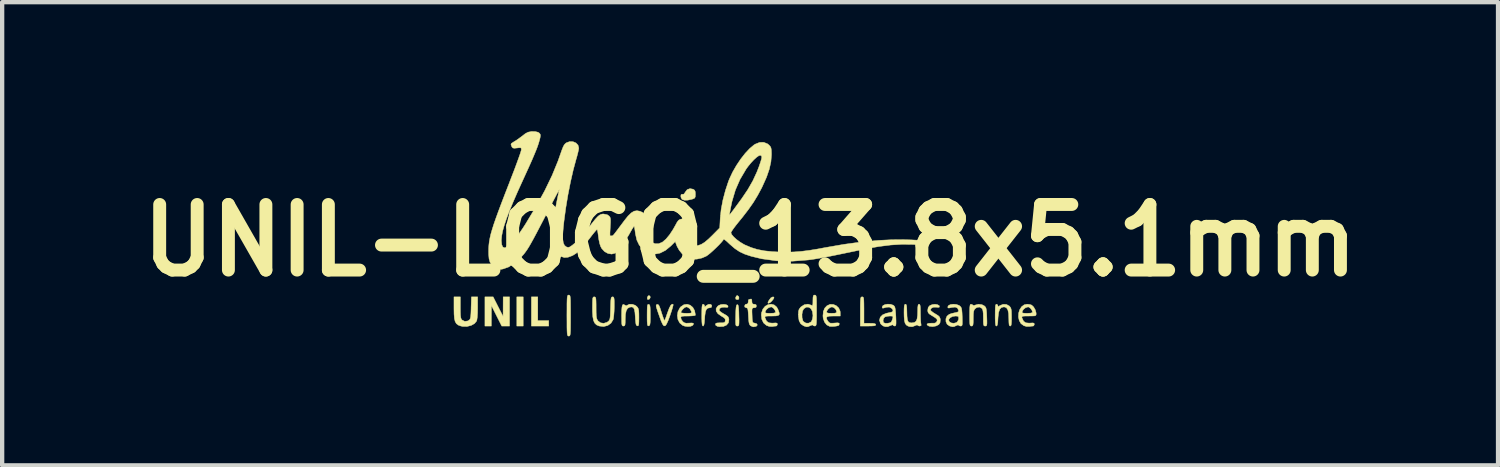
<source format=kicad_pcb>
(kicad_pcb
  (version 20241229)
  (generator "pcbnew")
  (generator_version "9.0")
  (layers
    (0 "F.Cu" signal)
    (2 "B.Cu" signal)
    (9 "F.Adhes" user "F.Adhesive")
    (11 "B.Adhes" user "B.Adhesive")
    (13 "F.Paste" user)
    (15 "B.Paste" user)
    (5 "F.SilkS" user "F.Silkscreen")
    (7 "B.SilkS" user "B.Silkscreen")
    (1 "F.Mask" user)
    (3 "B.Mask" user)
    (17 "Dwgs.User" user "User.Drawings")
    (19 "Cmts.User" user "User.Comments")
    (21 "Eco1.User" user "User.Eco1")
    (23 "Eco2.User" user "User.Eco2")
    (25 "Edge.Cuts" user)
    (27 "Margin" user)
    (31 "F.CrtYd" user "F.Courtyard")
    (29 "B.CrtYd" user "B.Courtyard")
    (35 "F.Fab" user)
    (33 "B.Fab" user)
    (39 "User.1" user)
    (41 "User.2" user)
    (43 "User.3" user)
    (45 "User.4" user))
  (footprint "UNIL-LOGO_13.8x5.1mm"
    (layer "F.Cu")
    (at 14.376 2.535)
    (property "Reference" "UNIL-LOGO_13.8x5.1mm" (at 0 0 0) (layer "F.SilkS") (effects (font (size 1.524 1.524) (thickness 0.3))))
    (attr through_hole)
    (fp_poly (pts (xy -5.271 1.99) (xy -5.419 1.99) (xy -5.419 1.312) (xy -5.271 1.312) (xy -5.271 1.99)) (stroke (width 0.01) (type solid)) (fill yes) (layer "F.SilkS"))
    (fp_poly (pts (xy -4.932 1.863) (xy -4.678 1.863) (xy -4.678 1.99) (xy -5.08 1.99) (xy -5.08 1.312) (xy -4.932 1.312) (xy -4.932 1.863)) (stroke (width 0.01) (type solid)) (fill yes) (layer "F.SilkS"))
    (fp_poly (pts (xy -2.324 1.295) (xy -2.319 1.328) (xy -2.334 1.36) (xy -2.357 1.372) (xy -2.385 1.369) (xy -2.389 1.336) (xy -2.388 1.33) (xy -2.371 1.292) (xy -2.349 1.281) (xy -2.324 1.295)) (stroke (width 0.01) (type solid)) (fill yes) (layer "F.SilkS"))
    (fp_poly (pts (xy -0.269 1.299) (xy -0.258 1.328) (xy -0.262 1.365) (xy -0.294 1.376) (xy -0.296 1.376) (xy -0.33 1.366) (xy -0.335 1.33) (xy -0.335 1.328) (xy -0.318 1.291) (xy -0.296 1.281) (xy -0.269 1.299)) (stroke (width 0.01) (type solid)) (fill yes) (layer "F.SilkS"))
    (fp_poly (pts (xy 0.552 1.316) (xy 0.556 1.335) (xy 0.537 1.369) (xy 0.505 1.409) (xy 0.468 1.443) (xy 0.435 1.46) (xy 0.431 1.46) (xy 0.414 1.454) (xy 0.419 1.43) (xy 0.438 1.395) (xy 0.482 1.335) (xy 0.526 1.313) (xy 0.552 1.316)) (stroke (width 0.01) (type solid)) (fill yes) (layer "F.SilkS"))
    (fp_poly (pts (xy -5.854 1.54) (xy -5.738 1.767) (xy -5.737 1.54) (xy -5.736 1.312) (xy -5.588 1.312) (xy -5.588 1.99) (xy -5.769 1.99) (xy -5.889 1.752) (xy -6.009 1.513) (xy -6.01 1.752) (xy -6.011 1.99) (xy -6.16 1.99) (xy -6.16 1.312) (xy -5.969 1.312) (xy -5.854 1.54)) (stroke (width 0.01) (type solid)) (fill yes) (layer "F.SilkS"))
    (fp_poly (pts (xy -0.282 1.499) (xy -0.272 1.524) (xy -0.266 1.574) (xy -0.261 1.655) (xy -0.259 1.741) (xy -0.256 1.847) (xy -0.257 1.917) (xy -0.26 1.96) (xy -0.269 1.981) (xy -0.283 1.989) (xy -0.296 1.99) (xy -0.315 1.988) (xy -0.327 1.977) (xy -0.334 1.95) (xy -0.336 1.9) (xy -0.336 1.819) (xy -0.334 1.741) (xy -0.331 1.632) (xy -0.326 1.56) (xy -0.318 1.516) (xy -0.307 1.496) (xy -0.296 1.492) (xy -0.282 1.499)) (stroke (width 0.01) (type solid)) (fill yes) (layer "F.SilkS"))
    (fp_poly (pts (xy -1.322 -1.189) (xy -1.321 -1.188) (xy -1.288 -1.166) (xy -1.273 -1.129) (xy -1.27 -1.073) (xy -1.273 -1.014) (xy -1.287 -0.983) (xy -1.324 -0.965) (xy -1.352 -0.956) (xy -1.448 -0.935) (xy -1.526 -0.934) (xy -1.579 -0.953) (xy -1.583 -0.957) (xy -1.604 -0.997) (xy -1.609 -1.032) (xy -1.601 -1.068) (xy -1.574 -1.071) (xy -1.571 -1.071) (xy -1.538 -1.075) (xy -1.509 -1.115) (xy -1.506 -1.122) (xy -1.461 -1.179) (xy -1.396 -1.203) (xy -1.322 -1.189)) (stroke (width 0.01) (type solid)) (fill yes) (layer "F.SilkS"))
    (fp_poly (pts (xy -2.355 1.486) (xy -2.339 1.493) (xy -2.328 1.513) (xy -2.322 1.553) (xy -2.319 1.62) (xy -2.318 1.72) (xy -2.318 1.736) (xy -2.318 1.841) (xy -2.321 1.912) (xy -2.327 1.954) (xy -2.337 1.976) (xy -2.352 1.985) (xy -2.355 1.986) (xy -2.37 1.985) (xy -2.381 1.972) (xy -2.387 1.94) (xy -2.391 1.881) (xy -2.392 1.791) (xy -2.392 1.736) (xy -2.391 1.627) (xy -2.389 1.555) (xy -2.384 1.511) (xy -2.376 1.49) (xy -2.363 1.485) (xy -2.355 1.486)) (stroke (width 0.01) (type solid)) (fill yes) (layer "F.SilkS"))
    (fp_poly (pts (xy 2.62 1.314) (xy 2.632 1.325) (xy 2.639 1.351) (xy 2.643 1.398) (xy 2.645 1.472) (xy 2.646 1.581) (xy 2.646 1.619) (xy 2.646 1.926) (xy 2.783 1.926) (xy 2.861 1.928) (xy 2.903 1.936) (xy 2.92 1.951) (xy 2.921 1.958) (xy 2.913 1.974) (xy 2.885 1.984) (xy 2.83 1.988) (xy 2.741 1.99) (xy 2.561 1.99) (xy 2.561 1.651) (xy 2.561 1.524) (xy 2.563 1.434) (xy 2.566 1.374) (xy 2.571 1.338) (xy 2.58 1.319) (xy 2.593 1.313) (xy 2.603 1.312) (xy 2.62 1.314)) (stroke (width 0.01) (type solid)) (fill yes) (layer "F.SilkS"))
    (fp_poly (pts (xy -1.063 1.499) (xy -1.058 1.517) (xy -1.055 1.54) (xy -1.039 1.534) (xy -1.02 1.517) (xy -0.971 1.487) (xy -0.925 1.483) (xy -0.894 1.502) (xy -0.889 1.524) (xy -0.902 1.558) (xy -0.939 1.566) (xy -0.985 1.575) (xy -1.017 1.606) (xy -1.038 1.664) (xy -1.051 1.756) (xy -1.054 1.811) (xy -1.061 1.904) (xy -1.071 1.961) (xy -1.084 1.987) (xy -1.093 1.99) (xy -1.105 1.981) (xy -1.114 1.952) (xy -1.119 1.896) (xy -1.122 1.806) (xy -1.122 1.736) (xy -1.121 1.626) (xy -1.118 1.552) (xy -1.112 1.508) (xy -1.103 1.487) (xy -1.09 1.482) (xy -1.063 1.499)) (stroke (width 0.01) (type solid)) (fill yes) (layer "F.SilkS"))
    (fp_poly (pts (xy -4.199 1.272) (xy -4.188 1.28) (xy -4.181 1.299) (xy -4.176 1.336) (xy -4.172 1.394) (xy -4.171 1.479) (xy -4.17 1.597) (xy -4.17 1.746) (xy -4.17 1.9) (xy -4.171 2.016) (xy -4.172 2.101) (xy -4.176 2.158) (xy -4.181 2.194) (xy -4.188 2.213) (xy -4.199 2.221) (xy -4.212 2.223) (xy -4.226 2.221) (xy -4.236 2.213) (xy -4.244 2.193) (xy -4.249 2.157) (xy -4.252 2.099) (xy -4.254 2.013) (xy -4.254 1.896) (xy -4.255 1.746) (xy -4.254 1.593) (xy -4.254 1.476) (xy -4.252 1.392) (xy -4.249 1.334) (xy -4.243 1.298) (xy -4.236 1.279) (xy -4.225 1.271) (xy -4.212 1.27) (xy -4.199 1.272)) (stroke (width 0.01) (type solid)) (fill yes) (layer "F.SilkS"))
    (fp_poly (pts (xy -6.731 1.563) (xy -6.73 1.673) (xy -6.727 1.748) (xy -6.72 1.797) (xy -6.709 1.828) (xy -6.692 1.849) (xy -6.692 1.849) (xy -6.629 1.881) (xy -6.561 1.872) (xy -6.529 1.854) (xy -6.511 1.836) (xy -6.499 1.809) (xy -6.49 1.764) (xy -6.485 1.693) (xy -6.481 1.589) (xy -6.481 1.568) (xy -6.473 1.312) (xy -6.329 1.312) (xy -6.329 1.565) (xy -6.331 1.684) (xy -6.337 1.781) (xy -6.347 1.85) (xy -6.354 1.874) (xy -6.402 1.932) (xy -6.479 1.975) (xy -6.573 1.999) (xy -6.671 2) (xy -6.724 1.988) (xy -6.782 1.966) (xy -6.824 1.933) (xy -6.852 1.884) (xy -6.869 1.813) (xy -6.877 1.712) (xy -6.879 1.585) (xy -6.879 1.312) (xy -6.731 1.312) (xy -6.731 1.563)) (stroke (width 0.01) (type solid)) (fill yes) (layer "F.SilkS"))
    (fp_poly (pts (xy -1.786 1.488) (xy -1.788 1.511) (xy -1.802 1.566) (xy -1.826 1.644) (xy -1.858 1.738) (xy -1.858 1.739) (xy -1.903 1.861) (xy -1.94 1.943) (xy -1.971 1.984) (xy -2.001 1.986) (xy -2.031 1.949) (xy -2.066 1.873) (xy -2.102 1.774) (xy -2.141 1.664) (xy -2.166 1.587) (xy -2.18 1.538) (xy -2.182 1.509) (xy -2.176 1.495) (xy -2.161 1.488) (xy -2.154 1.487) (xy -2.135 1.491) (xy -2.115 1.515) (xy -2.093 1.568) (xy -2.065 1.654) (xy -2.06 1.671) (xy -2.033 1.753) (xy -2.01 1.818) (xy -1.994 1.856) (xy -1.989 1.863) (xy -1.978 1.844) (xy -1.957 1.794) (xy -1.932 1.721) (xy -1.918 1.681) (xy -1.878 1.574) (xy -1.842 1.506) (xy -1.809 1.48) (xy -1.786 1.488)) (stroke (width 0.01) (type solid)) (fill yes) (layer "F.SilkS"))
    (fp_poly (pts (xy -0.556 1.493) (xy -0.518 1.515) (xy -0.512 1.528) (xy -0.514 1.551) (xy -0.54 1.557) (xy -0.581 1.552) (xy -0.651 1.553) (xy -0.7 1.577) (xy -0.72 1.619) (xy -0.72 1.62) (xy -0.702 1.645) (xy -0.657 1.679) (xy -0.609 1.708) (xy -0.545 1.745) (xy -0.51 1.776) (xy -0.495 1.812) (xy -0.491 1.843) (xy -0.503 1.915) (xy -0.548 1.968) (xy -0.62 1.999) (xy -0.713 2.004) (xy -0.757 1.997) (xy -0.795 1.975) (xy -0.804 1.95) (xy -0.797 1.929) (xy -0.768 1.918) (xy -0.709 1.915) (xy -0.693 1.915) (xy -0.628 1.914) (xy -0.594 1.905) (xy -0.58 1.885) (xy -0.576 1.863) (xy -0.579 1.827) (xy -0.603 1.798) (xy -0.657 1.764) (xy -0.668 1.758) (xy -0.746 1.703) (xy -0.787 1.644) (xy -0.79 1.585) (xy -0.754 1.53) (xy -0.729 1.511) (xy -0.676 1.49) (xy -0.613 1.485) (xy -0.556 1.493)) (stroke (width 0.01) (type solid)) (fill yes) (layer "F.SilkS"))
    (fp_poly (pts (xy 4.354 1.493) (xy 4.392 1.515) (xy 4.399 1.528) (xy 4.396 1.551) (xy 4.371 1.557) (xy 4.33 1.552) (xy 4.261 1.552) (xy 4.211 1.575) (xy 4.191 1.615) (xy 4.191 1.618) (xy 4.208 1.64) (xy 4.252 1.675) (xy 4.302 1.706) (xy 4.366 1.745) (xy 4.4 1.777) (xy 4.416 1.815) (xy 4.42 1.843) (xy 4.413 1.913) (xy 4.385 1.955) (xy 4.322 1.988) (xy 4.242 2.003) (xy 4.165 1.994) (xy 4.152 1.989) (xy 4.113 1.964) (xy 4.112 1.942) (xy 4.145 1.927) (xy 4.208 1.923) (xy 4.217 1.923) (xy 4.283 1.923) (xy 4.319 1.91) (xy 4.336 1.889) (xy 4.348 1.857) (xy 4.339 1.828) (xy 4.304 1.797) (xy 4.238 1.755) (xy 4.228 1.75) (xy 4.169 1.712) (xy 4.139 1.681) (xy 4.128 1.643) (xy 4.128 1.619) (xy 4.139 1.556) (xy 4.177 1.513) (xy 4.179 1.513) (xy 4.234 1.491) (xy 4.297 1.484) (xy 4.354 1.493)) (stroke (width 0.01) (type solid)) (fill yes) (layer "F.SilkS"))
    (fp_poly (pts (xy 0.033 1.363) (xy 0.042 1.394) (xy 0.042 1.416) (xy 0.048 1.462) (xy 0.07 1.48) (xy 0.095 1.482) (xy 0.137 1.492) (xy 0.148 1.524) (xy 0.136 1.557) (xy 0.094 1.566) (xy 0.068 1.568) (xy 0.053 1.578) (xy 0.045 1.605) (xy 0.044 1.657) (xy 0.047 1.741) (xy 0.05 1.827) (xy 0.056 1.879) (xy 0.066 1.906) (xy 0.084 1.918) (xy 0.111 1.922) (xy 0.155 1.938) (xy 0.169 1.966) (xy 0.147 1.993) (xy 0.136 1.998) (xy 0.073 2.009) (xy 0.017 1.986) (xy 0.011 1.982) (xy -0.009 1.96) (xy -0.023 1.923) (xy -0.032 1.862) (xy -0.038 1.768) (xy -0.038 1.76) (xy -0.044 1.668) (xy -0.05 1.61) (xy -0.06 1.58) (xy -0.075 1.568) (xy -0.087 1.566) (xy -0.121 1.55) (xy -0.127 1.524) (xy -0.112 1.489) (xy -0.085 1.482) (xy -0.051 1.469) (xy -0.042 1.429) (xy -0.039 1.389) (xy -0.033 1.376) (xy -0.009 1.369) (xy 0.009 1.363) (xy 0.033 1.363)) (stroke (width 0.01) (type solid)) (fill yes) (layer "F.SilkS"))
    (fp_poly (pts (xy 5.753 1.499) (xy 5.757 1.515) (xy 5.761 1.536) (xy 5.78 1.531) (xy 5.804 1.515) (xy 5.878 1.485) (xy 5.956 1.488) (xy 6.022 1.524) (xy 6.029 1.531) (xy 6.05 1.558) (xy 6.064 1.592) (xy 6.072 1.642) (xy 6.074 1.718) (xy 6.075 1.785) (xy 6.074 1.882) (xy 6.07 1.943) (xy 6.062 1.977) (xy 6.048 1.989) (xy 6.043 1.99) (xy 6.027 1.982) (xy 6.017 1.953) (xy 6.013 1.897) (xy 6.011 1.814) (xy 6.006 1.695) (xy 5.988 1.613) (xy 5.956 1.564) (xy 5.908 1.546) (xy 5.897 1.545) (xy 5.841 1.558) (xy 5.801 1.599) (xy 5.775 1.672) (xy 5.762 1.781) (xy 5.76 1.812) (xy 5.755 1.904) (xy 5.746 1.96) (xy 5.734 1.986) (xy 5.723 1.99) (xy 5.71 1.982) (xy 5.702 1.954) (xy 5.697 1.899) (xy 5.694 1.813) (xy 5.694 1.736) (xy 5.695 1.626) (xy 5.698 1.552) (xy 5.703 1.508) (xy 5.713 1.487) (xy 5.726 1.482) (xy 5.753 1.499)) (stroke (width 0.01) (type solid)) (fill yes) (layer "F.SilkS"))
    (fp_poly (pts (xy -2.736 1.484) (xy -2.67 1.507) (xy -2.634 1.534) (xy -2.61 1.561) (xy -2.595 1.592) (xy -2.586 1.635) (xy -2.583 1.702) (xy -2.582 1.789) (xy -2.583 1.883) (xy -2.586 1.943) (xy -2.593 1.974) (xy -2.605 1.986) (xy -2.619 1.986) (xy -2.637 1.976) (xy -2.65 1.951) (xy -2.658 1.901) (xy -2.665 1.82) (xy -2.667 1.78) (xy -2.675 1.672) (xy -2.689 1.6) (xy -2.712 1.56) (xy -2.746 1.546) (xy -2.795 1.551) (xy -2.798 1.552) (xy -2.845 1.579) (xy -2.877 1.633) (xy -2.895 1.719) (xy -2.9 1.832) (xy -2.901 1.913) (xy -2.905 1.96) (xy -2.916 1.983) (xy -2.935 1.989) (xy -2.942 1.99) (xy -2.96 1.987) (xy -2.972 1.975) (xy -2.98 1.945) (xy -2.983 1.891) (xy -2.984 1.805) (xy -2.985 1.747) (xy -2.983 1.629) (xy -2.976 1.549) (xy -2.965 1.502) (xy -2.946 1.486) (xy -2.919 1.497) (xy -2.909 1.504) (xy -2.875 1.52) (xy -2.852 1.506) (xy -2.803 1.483) (xy -2.736 1.484)) (stroke (width 0.01) (type solid)) (fill yes) (layer "F.SilkS"))
    (fp_poly (pts (xy 3.941 1.489) (xy 3.951 1.515) (xy 3.956 1.567) (xy 3.958 1.652) (xy 3.958 1.688) (xy 3.96 1.783) (xy 3.963 1.865) (xy 3.968 1.924) (xy 3.972 1.942) (xy 3.974 1.978) (xy 3.948 1.989) (xy 3.939 1.99) (xy 3.904 1.982) (xy 3.895 1.97) (xy 3.879 1.964) (xy 3.84 1.978) (xy 3.836 1.98) (xy 3.768 2.006) (xy 3.705 2.002) (xy 3.669 1.99) (xy 3.629 1.965) (xy 3.602 1.926) (xy 3.586 1.864) (xy 3.579 1.773) (xy 3.577 1.684) (xy 3.578 1.588) (xy 3.582 1.527) (xy 3.591 1.494) (xy 3.604 1.482) (xy 3.609 1.482) (xy 3.626 1.49) (xy 3.636 1.521) (xy 3.641 1.58) (xy 3.643 1.646) (xy 3.646 1.757) (xy 3.653 1.833) (xy 3.668 1.88) (xy 3.692 1.905) (xy 3.73 1.915) (xy 3.757 1.916) (xy 3.815 1.908) (xy 3.855 1.88) (xy 3.879 1.827) (xy 3.891 1.743) (xy 3.894 1.646) (xy 3.896 1.56) (xy 3.902 1.51) (xy 3.913 1.486) (xy 3.926 1.482) (xy 3.941 1.489)) (stroke (width 0.01) (type solid)) (fill yes) (layer "F.SilkS"))
    (fp_poly (pts (xy 1.932 1.487) (xy 2.003 1.517) (xy 2.06 1.571) (xy 2.092 1.644) (xy 2.095 1.681) (xy 2.095 1.757) (xy 1.937 1.757) (xy 1.845 1.76) (xy 1.792 1.773) (xy 1.774 1.799) (xy 1.787 1.842) (xy 1.813 1.882) (xy 1.838 1.91) (xy 1.869 1.923) (xy 1.921 1.923) (xy 1.961 1.92) (xy 2.029 1.915) (xy 2.065 1.921) (xy 2.074 1.937) (xy 2.064 1.97) (xy 2.058 1.976) (xy 2.018 1.988) (xy 1.956 1.997) (xy 1.891 2) (xy 1.848 1.997) (xy 1.781 1.963) (xy 1.729 1.897) (xy 1.699 1.811) (xy 1.693 1.754) (xy 1.702 1.662) (xy 1.778 1.662) (xy 1.788 1.681) (xy 1.825 1.691) (xy 1.894 1.693) (xy 1.963 1.691) (xy 1.999 1.682) (xy 2.011 1.664) (xy 2.011 1.658) (xy 1.994 1.608) (xy 1.953 1.565) (xy 1.904 1.545) (xy 1.902 1.545) (xy 1.855 1.561) (xy 1.81 1.6) (xy 1.781 1.645) (xy 1.778 1.662) (xy 1.702 1.662) (xy 1.703 1.65) (xy 1.734 1.574) (xy 1.786 1.519) (xy 1.856 1.486) (xy 1.932 1.487)) (stroke (width 0.01) (type solid)) (fill yes) (layer "F.SilkS"))
    (fp_poly (pts (xy 5.168 1.495) (xy 5.175 1.503) (xy 5.203 1.513) (xy 5.228 1.503) (xy 5.305 1.483) (xy 5.387 1.493) (xy 5.443 1.522) (xy 5.466 1.544) (xy 5.481 1.572) (xy 5.49 1.616) (xy 5.496 1.683) (xy 5.5 1.776) (xy 5.503 1.873) (xy 5.503 1.935) (xy 5.498 1.97) (xy 5.487 1.985) (xy 5.469 1.99) (xy 5.463 1.99) (xy 5.442 1.987) (xy 5.429 1.973) (xy 5.422 1.94) (xy 5.419 1.88) (xy 5.419 1.801) (xy 5.417 1.7) (xy 5.41 1.634) (xy 5.396 1.593) (xy 5.385 1.578) (xy 5.33 1.548) (xy 5.269 1.558) (xy 5.228 1.587) (xy 5.207 1.615) (xy 5.194 1.653) (xy 5.188 1.712) (xy 5.186 1.802) (xy 5.186 1.81) (xy 5.185 1.897) (xy 5.181 1.951) (xy 5.173 1.978) (xy 5.158 1.989) (xy 5.144 1.99) (xy 5.126 1.987) (xy 5.114 1.975) (xy 5.106 1.946) (xy 5.103 1.894) (xy 5.101 1.81) (xy 5.101 1.736) (xy 5.102 1.625) (xy 5.105 1.551) (xy 5.111 1.507) (xy 5.121 1.486) (xy 5.132 1.482) (xy 5.168 1.495)) (stroke (width 0.01) (type solid)) (fill yes) (layer "F.SilkS"))
    (fp_poly (pts (xy -1.391 1.505) (xy -1.33 1.556) (xy -1.288 1.632) (xy -1.27 1.728) (xy -1.27 1.738) (xy -1.289 1.747) (xy -1.341 1.753) (xy -1.415 1.757) (xy -1.439 1.757) (xy -1.524 1.758) (xy -1.574 1.762) (xy -1.6 1.771) (xy -1.608 1.788) (xy -1.609 1.799) (xy -1.594 1.845) (xy -1.564 1.886) (xy -1.527 1.914) (xy -1.482 1.924) (xy -1.416 1.921) (xy -1.349 1.918) (xy -1.318 1.927) (xy -1.312 1.939) (xy -1.331 1.973) (xy -1.378 1.995) (xy -1.444 2.002) (xy -1.515 1.993) (xy -1.566 1.975) (xy -1.634 1.918) (xy -1.676 1.839) (xy -1.69 1.747) (xy -1.679 1.675) (xy -1.609 1.675) (xy -1.589 1.685) (xy -1.539 1.691) (xy -1.48 1.693) (xy -1.41 1.692) (xy -1.373 1.687) (xy -1.361 1.674) (xy -1.365 1.649) (xy -1.366 1.646) (xy -1.401 1.585) (xy -1.455 1.55) (xy -1.484 1.545) (xy -1.52 1.561) (xy -1.562 1.598) (xy -1.596 1.642) (xy -1.609 1.675) (xy -1.679 1.675) (xy -1.675 1.653) (xy -1.631 1.568) (xy -1.609 1.542) (xy -1.537 1.494) (xy -1.462 1.483) (xy -1.391 1.505)) (stroke (width 0.01) (type solid)) (fill yes) (layer "F.SilkS"))
    (fp_poly (pts (xy 0.56 1.499) (xy 0.619 1.549) (xy 0.647 1.599) (xy 0.674 1.671) (xy 0.68 1.717) (xy 0.658 1.743) (xy 0.605 1.754) (xy 0.515 1.757) (xy 0.507 1.757) (xy 0.422 1.757) (xy 0.373 1.761) (xy 0.35 1.769) (xy 0.345 1.784) (xy 0.35 1.804) (xy 0.384 1.876) (xy 0.435 1.914) (xy 0.512 1.922) (xy 0.534 1.921) (xy 0.596 1.917) (xy 0.626 1.923) (xy 0.635 1.943) (xy 0.635 1.95) (xy 0.622 1.983) (xy 0.606 1.99) (xy 0.564 1.993) (xy 0.516 2.001) (xy 0.444 1.998) (xy 0.381 1.975) (xy 0.314 1.918) (xy 0.273 1.834) (xy 0.261 1.732) (xy 0.266 1.684) (xy 0.27 1.674) (xy 0.351 1.674) (xy 0.365 1.687) (xy 0.405 1.692) (xy 0.468 1.693) (xy 0.545 1.69) (xy 0.585 1.679) (xy 0.593 1.666) (xy 0.578 1.62) (xy 0.544 1.575) (xy 0.503 1.548) (xy 0.49 1.545) (xy 0.432 1.563) (xy 0.38 1.605) (xy 0.354 1.65) (xy 0.351 1.674) (xy 0.27 1.674) (xy 0.297 1.596) (xy 0.35 1.531) (xy 0.417 1.492) (xy 0.49 1.481) (xy 0.56 1.499)) (stroke (width 0.01) (type solid)) (fill yes) (layer "F.SilkS"))
    (fp_poly (pts (xy -3.176 1.315) (xy -3.165 1.33) (xy -3.158 1.362) (xy -3.155 1.421) (xy -3.155 1.512) (xy -3.155 1.54) (xy -3.158 1.642) (xy -3.165 1.736) (xy -3.174 1.809) (xy -3.181 1.84) (xy -3.231 1.922) (xy -3.307 1.977) (xy -3.401 2.001) (xy -3.506 1.989) (xy -3.509 1.988) (xy -3.567 1.963) (xy -3.608 1.923) (xy -3.636 1.864) (xy -3.653 1.778) (xy -3.661 1.659) (xy -3.662 1.572) (xy -3.661 1.463) (xy -3.659 1.39) (xy -3.655 1.345) (xy -3.646 1.322) (xy -3.633 1.313) (xy -3.619 1.312) (xy -3.602 1.315) (xy -3.59 1.327) (xy -3.582 1.356) (xy -3.579 1.409) (xy -3.577 1.493) (xy -3.577 1.563) (xy -3.576 1.673) (xy -3.573 1.75) (xy -3.566 1.801) (xy -3.554 1.837) (xy -3.536 1.866) (xy -3.533 1.87) (xy -3.474 1.915) (xy -3.4 1.926) (xy -3.326 1.904) (xy -3.299 1.886) (xy -3.278 1.866) (xy -3.264 1.842) (xy -3.254 1.806) (xy -3.248 1.749) (xy -3.245 1.664) (xy -3.242 1.579) (xy -3.239 1.468) (xy -3.235 1.393) (xy -3.229 1.347) (xy -3.22 1.323) (xy -3.206 1.313) (xy -3.194 1.312) (xy -3.176 1.315)) (stroke (width 0.01) (type solid)) (fill yes) (layer "F.SilkS"))
    (fp_poly (pts (xy 6.498 1.489) (xy 6.542 1.503) (xy 6.588 1.547) (xy 6.626 1.614) (xy 6.646 1.687) (xy 6.646 1.703) (xy 6.645 1.73) (xy 6.634 1.746) (xy 6.606 1.754) (xy 6.551 1.756) (xy 6.476 1.757) (xy 6.391 1.757) (xy 6.342 1.761) (xy 6.319 1.769) (xy 6.314 1.784) (xy 6.319 1.804) (xy 6.353 1.876) (xy 6.404 1.914) (xy 6.481 1.922) (xy 6.503 1.921) (xy 6.565 1.917) (xy 6.595 1.923) (xy 6.604 1.943) (xy 6.604 1.95) (xy 6.591 1.983) (xy 6.575 1.99) (xy 6.533 1.993) (xy 6.485 2) (xy 6.421 1.999) (xy 6.361 1.982) (xy 6.294 1.933) (xy 6.253 1.862) (xy 6.235 1.779) (xy 6.239 1.692) (xy 6.244 1.674) (xy 6.32 1.674) (xy 6.334 1.687) (xy 6.374 1.692) (xy 6.437 1.693) (xy 6.514 1.69) (xy 6.554 1.679) (xy 6.562 1.666) (xy 6.547 1.62) (xy 6.513 1.575) (xy 6.472 1.548) (xy 6.459 1.545) (xy 6.401 1.563) (xy 6.349 1.605) (xy 6.323 1.65) (xy 6.32 1.674) (xy 6.244 1.674) (xy 6.264 1.61) (xy 6.308 1.541) (xy 6.369 1.496) (xy 6.437 1.482) (xy 6.498 1.489)) (stroke (width 0.01) (type solid)) (fill yes) (layer "F.SilkS"))
    (fp_poly (pts (xy 3.266 1.485) (xy 3.324 1.505) (xy 3.335 1.512) (xy 3.354 1.531) (xy 3.367 1.563) (xy 3.376 1.615) (xy 3.383 1.696) (xy 3.387 1.766) (xy 3.391 1.866) (xy 3.391 1.931) (xy 3.387 1.968) (xy 3.378 1.985) (xy 3.362 1.99) (xy 3.36 1.99) (xy 3.329 1.979) (xy 3.323 1.968) (xy 3.307 1.961) (xy 3.267 1.976) (xy 3.261 1.979) (xy 3.198 2.004) (xy 3.146 2.005) (xy 3.097 1.99) (xy 3.05 1.957) (xy 3.028 1.929) (xy 3.01 1.864) (xy 3.09 1.864) (xy 3.1 1.907) (xy 3.104 1.912) (xy 3.14 1.925) (xy 3.195 1.925) (xy 3.248 1.915) (xy 3.277 1.9) (xy 3.298 1.86) (xy 3.313 1.815) (xy 3.32 1.777) (xy 3.306 1.76) (xy 3.262 1.757) (xy 3.25 1.757) (xy 3.186 1.763) (xy 3.135 1.777) (xy 3.131 1.779) (xy 3.101 1.814) (xy 3.09 1.864) (xy 3.01 1.864) (xy 3.007 1.853) (xy 3.024 1.786) (xy 3.077 1.731) (xy 3.161 1.694) (xy 3.214 1.683) (xy 3.287 1.667) (xy 3.32 1.643) (xy 3.315 1.608) (xy 3.29 1.578) (xy 3.236 1.549) (xy 3.164 1.553) (xy 3.123 1.566) (xy 3.084 1.576) (xy 3.07 1.563) (xy 3.069 1.547) (xy 3.088 1.514) (xy 3.135 1.491) (xy 3.199 1.481) (xy 3.266 1.485)) (stroke (width 0.01) (type solid)) (fill yes) (layer "F.SilkS"))
    (fp_poly (pts (xy 4.791 1.488) (xy 4.852 1.509) (xy 4.871 1.522) (xy 4.894 1.544) (xy 4.91 1.572) (xy 4.919 1.616) (xy 4.925 1.683) (xy 4.929 1.776) (xy 4.931 1.873) (xy 4.931 1.935) (xy 4.926 1.97) (xy 4.916 1.985) (xy 4.898 1.99) (xy 4.891 1.99) (xy 4.856 1.982) (xy 4.847 1.97) (xy 4.831 1.964) (xy 4.793 1.978) (xy 4.789 1.98) (xy 4.739 2.003) (xy 4.698 2.006) (xy 4.645 1.991) (xy 4.632 1.987) (xy 4.578 1.948) (xy 4.551 1.888) (xy 4.55 1.851) (xy 4.614 1.851) (xy 4.632 1.893) (xy 4.677 1.918) (xy 4.733 1.925) (xy 4.789 1.911) (xy 4.814 1.893) (xy 4.841 1.846) (xy 4.847 1.808) (xy 4.842 1.774) (xy 4.817 1.76) (xy 4.769 1.757) (xy 4.702 1.768) (xy 4.647 1.798) (xy 4.617 1.837) (xy 4.614 1.851) (xy 4.55 1.851) (xy 4.55 1.821) (xy 4.575 1.76) (xy 4.626 1.718) (xy 4.683 1.698) (xy 4.753 1.682) (xy 4.764 1.68) (xy 4.819 1.667) (xy 4.842 1.648) (xy 4.843 1.624) (xy 4.818 1.571) (xy 4.765 1.549) (xy 4.683 1.558) (xy 4.679 1.559) (xy 4.625 1.571) (xy 4.6 1.569) (xy 4.593 1.549) (xy 4.593 1.545) (xy 4.612 1.511) (xy 4.659 1.49) (xy 4.722 1.482) (xy 4.791 1.488)) (stroke (width 0.01) (type solid)) (fill yes) (layer "F.SilkS"))
    (fp_poly (pts (xy 1.518 1.272) (xy 1.529 1.281) (xy 1.537 1.305) (xy 1.542 1.347) (xy 1.544 1.416) (xy 1.545 1.515) (xy 1.545 1.63) (xy 1.545 1.761) (xy 1.544 1.856) (xy 1.541 1.92) (xy 1.536 1.959) (xy 1.528 1.98) (xy 1.516 1.988) (xy 1.503 1.99) (xy 1.468 1.981) (xy 1.46 1.97) (xy 1.445 1.964) (xy 1.406 1.978) (xy 1.402 1.98) (xy 1.351 2.003) (xy 1.311 2.007) (xy 1.26 1.991) (xy 1.238 1.981) (xy 1.177 1.938) (xy 1.139 1.867) (xy 1.123 1.765) (xy 1.122 1.722) (xy 1.122 1.717) (xy 1.206 1.717) (xy 1.208 1.797) (xy 1.227 1.865) (xy 1.242 1.887) (xy 1.296 1.921) (xy 1.359 1.923) (xy 1.415 1.894) (xy 1.428 1.879) (xy 1.448 1.829) (xy 1.46 1.759) (xy 1.46 1.735) (xy 1.448 1.649) (xy 1.414 1.586) (xy 1.365 1.552) (xy 1.308 1.55) (xy 1.25 1.587) (xy 1.249 1.587) (xy 1.22 1.641) (xy 1.206 1.717) (xy 1.122 1.717) (xy 1.125 1.649) (xy 1.139 1.6) (xy 1.17 1.558) (xy 1.184 1.544) (xy 1.26 1.494) (xy 1.345 1.481) (xy 1.42 1.504) (xy 1.442 1.513) (xy 1.454 1.503) (xy 1.459 1.468) (xy 1.46 1.398) (xy 1.46 1.398) (xy 1.462 1.327) (xy 1.469 1.288) (xy 1.484 1.272) (xy 1.503 1.27) (xy 1.518 1.272)) (stroke (width 0.01) (type solid)) (fill yes) (layer "F.SilkS"))
    (fp_poly (pts (xy -4.994 -2.529) (xy -4.925 -2.512) (xy -4.897 -2.493) (xy -4.876 -2.467) (xy -4.871 -2.436) (xy -4.878 -2.386) (xy -4.888 -2.345) (xy -4.908 -2.274) (xy -4.934 -2.194) (xy -4.969 -2.101) (xy -5.015 -1.99) (xy -5.072 -1.856) (xy -5.144 -1.695) (xy -5.232 -1.502) (xy -5.274 -1.41) (xy -5.399 -1.136) (xy -5.503 -0.897) (xy -5.589 -0.688) (xy -5.658 -0.509) (xy -5.71 -0.354) (xy -5.747 -0.223) (xy -5.769 -0.111) (xy -5.778 -0.016) (xy -5.779 0.002) (xy -5.77 0.097) (xy -5.745 0.154) (xy -5.704 0.173) (xy -5.647 0.154) (xy -5.575 0.098) (xy -5.489 0.005) (xy -5.389 -0.124) (xy -5.276 -0.288) (xy -5.215 -0.383) (xy -4.976 -0.78) (xy -4.77 -1.156) (xy -4.599 -1.51) (xy -4.463 -1.842) (xy -4.41 -1.992) (xy -4.373 -2.097) (xy -4.344 -2.17) (xy -4.319 -2.218) (xy -4.292 -2.249) (xy -4.267 -2.268) (xy -4.19 -2.296) (xy -4.113 -2.293) (xy -4.045 -2.264) (xy -3.997 -2.213) (xy -3.979 -2.145) (xy -3.985 -2.104) (xy -4.001 -2.033) (xy -4.024 -1.945) (xy -4.041 -1.887) (xy -4.108 -1.638) (xy -4.172 -1.358) (xy -4.231 -1.059) (xy -4.282 -0.752) (xy -4.323 -0.448) (xy -4.34 -0.289) (xy -4.352 -0.138) (xy -4.351 -0.024) (xy -4.338 0.059) (xy -4.312 0.115) (xy -4.271 0.149) (xy -4.265 0.152) (xy -4.227 0.163) (xy -4.19 0.153) (xy -4.139 0.119) (xy -4.134 0.116) (xy -4.052 0.048) (xy -3.965 -0.039) (xy -3.868 -0.151) (xy -3.755 -0.293) (xy -3.752 -0.296) (xy -3.664 -0.408) (xy -3.597 -0.491) (xy -3.545 -0.548) (xy -3.503 -0.584) (xy -3.467 -0.604) (xy -3.431 -0.613) (xy -3.404 -0.614) (xy -3.319 -0.597) (xy -3.279 -0.569) (xy -3.259 -0.547) (xy -3.247 -0.521) (xy -3.242 -0.483) (xy -3.242 -0.423) (xy -3.247 -0.333) (xy -3.249 -0.294) (xy -3.255 -0.183) (xy -3.255 -0.11) (xy -3.249 -0.072) (xy -3.241 -0.064) (xy -3.23 -0.067) (xy -3.213 -0.08) (xy -3.189 -0.107) (xy -3.153 -0.151) (xy -3.102 -0.217) (xy -3.034 -0.308) (xy -2.944 -0.428) (xy -2.922 -0.458) (xy -2.836 -0.566) (xy -2.762 -0.638) (xy -2.695 -0.679) (xy -2.628 -0.69) (xy -2.556 -0.677) (xy -2.552 -0.675) (xy -2.491 -0.646) (xy -2.45 -0.603) (xy -2.426 -0.54) (xy -2.415 -0.447) (xy -2.413 -0.37) (xy -2.41 -0.277) (xy -2.403 -0.189) (xy -2.394 -0.123) (xy -2.393 -0.118) (xy -2.353 -0.025) (xy -2.29 0.041) (xy -2.21 0.076) (xy -2.121 0.076) (xy -2.033 0.039) (xy -2.033 0.038) (xy -1.954 -0.03) (xy -1.87 -0.131) (xy -1.789 -0.254) (xy -1.734 -0.352) (xy -1.695 -0.424) (xy -1.663 -0.466) (xy -1.629 -0.488) (xy -1.598 -0.496) (xy -1.541 -0.498) (xy -1.482 -0.486) (xy -1.436 -0.466) (xy -1.418 -0.442) (xy -1.422 -0.415) (xy -1.433 -0.358) (xy -1.448 -0.283) (xy -1.451 -0.271) (xy -1.472 -0.127) (xy -1.466 -0.015) (xy -1.434 0.064) (xy -1.375 0.111) (xy -1.289 0.127) (xy -1.21 0.119) (xy -1.135 0.093) (xy -1.055 0.044) (xy -0.965 -0.032) (xy -0.876 -0.118) (xy -0.705 -0.291) (xy -0.693 -0.521) (xy -0.686 -0.585) (xy -0.483 -0.585) (xy -0.427 -0.656) (xy -0.393 -0.7) (xy -0.342 -0.769) (xy -0.279 -0.855) (xy -0.211 -0.948) (xy -0.2 -0.962) (xy -0.053 -1.18) (xy 0.065 -1.386) (xy 0.16 -1.592) (xy 0.21 -1.721) (xy 0.244 -1.822) (xy 0.265 -1.891) (xy 0.272 -1.934) (xy 0.267 -1.959) (xy 0.251 -1.973) (xy 0.242 -1.977) (xy 0.207 -1.97) (xy 0.154 -1.934) (xy 0.089 -1.875) (xy 0.019 -1.8) (xy -0.051 -1.714) (xy -0.095 -1.652) (xy -0.234 -1.416) (xy -0.341 -1.171) (xy -0.42 -0.905) (xy -0.452 -0.753) (xy -0.483 -0.585) (xy -0.686 -0.585) (xy -0.672 -0.719) (xy -0.631 -0.937) (xy -0.572 -1.161) (xy -0.501 -1.375) (xy -0.478 -1.432) (xy -0.406 -1.586) (xy -0.317 -1.741) (xy -0.217 -1.89) (xy -0.112 -2.024) (xy -0.007 -2.136) (xy 0.091 -2.218) (xy 0.12 -2.236) (xy 0.222 -2.277) (xy 0.32 -2.278) (xy 0.408 -2.242) (xy 0.442 -2.213) (xy 0.47 -2.182) (xy 0.486 -2.149) (xy 0.494 -2.102) (xy 0.497 -2.03) (xy 0.497 -1.984) (xy 0.484 -1.824) (xy 0.446 -1.654) (xy 0.382 -1.468) (xy 0.288 -1.259) (xy 0.266 -1.213) (xy 0.175 -1.044) (xy 0.076 -0.881) (xy -0.04 -0.716) (xy -0.177 -0.538) (xy -0.263 -0.433) (xy -0.33 -0.349) (xy -0.386 -0.275) (xy -0.426 -0.216) (xy -0.444 -0.181) (xy -0.445 -0.178) (xy -0.427 -0.136) (xy -0.38 -0.081) (xy -0.313 -0.02) (xy -0.231 0.04) (xy -0.145 0.092) (xy -0.119 0.105) (xy 0.025 0.166) (xy 0.171 0.211) (xy 0.33 0.242) (xy 0.512 0.261) (xy 0.668 0.269) (xy 0.849 0.273) (xy 1.02 0.268) (xy 1.191 0.255) (xy 1.373 0.232) (xy 1.577 0.199) (xy 1.746 0.167) (xy 2.179 0.092) (xy 2.597 0.035) (xy 2.992 -0.001) (xy 3.281 -0.015) (xy 3.443 -0.017) (xy 3.599 -0.016) (xy 3.745 -0.012) (xy 3.874 -0.005) (xy 3.98 0.004) (xy 4.057 0.015) (xy 4.098 0.028) (xy 4.102 0.031) (xy 4.099 0.053) (xy 4.075 0.076) (xy 4.049 0.089) (xy 4.009 0.096) (xy 3.946 0.099) (xy 3.854 0.097) (xy 3.758 0.093) (xy 3.522 0.091) (xy 3.267 0.107) (xy 2.989 0.142) (xy 2.68 0.197) (xy 2.601 0.214) (xy 2.367 0.263) (xy 2.169 0.304) (xy 2.004 0.338) (xy 1.866 0.366) (xy 1.752 0.388) (xy 1.656 0.406) (xy 1.574 0.421) (xy 1.501 0.433) (xy 1.433 0.443) (xy 1.366 0.452) (xy 1.354 0.454) (xy 0.98 0.483) (xy 0.617 0.474) (xy 0.269 0.427) (xy 0.025 0.368) (xy -0.123 0.319) (xy -0.244 0.262) (xy -0.354 0.189) (xy -0.469 0.09) (xy -0.482 0.078) (xy -0.54 0.023) (xy -0.586 -0.014) (xy -0.611 -0.03) (xy -0.614 -0.029) (xy -0.629 -0.001) (xy -0.669 0.047) (xy -0.726 0.108) (xy -0.795 0.176) (xy -0.866 0.243) (xy -0.934 0.303) (xy -0.992 0.348) (xy -1.017 0.365) (xy -1.118 0.409) (xy -1.233 0.434) (xy -1.344 0.439) (xy -1.425 0.424) (xy -1.499 0.384) (xy -1.576 0.314) (xy -1.646 0.228) (xy -1.697 0.137) (xy -1.702 0.123) (xy -1.739 0.027) (xy -1.843 0.131) (xy -1.966 0.232) (xy -2.091 0.295) (xy -2.214 0.319) (xy -2.333 0.303) (xy -2.444 0.247) (xy -2.494 0.205) (xy -2.576 0.107) (xy -2.631 -0.008) (xy -2.663 -0.151) (xy -2.666 -0.171) (xy -2.676 -0.246) (xy -2.686 -0.303) (xy -2.693 -0.329) (xy -2.693 -0.33) (xy -2.706 -0.316) (xy -2.735 -0.273) (xy -2.773 -0.207) (xy -2.802 -0.155) (xy -2.868 -0.042) (xy -2.938 0.066) (xy -3.006 0.161) (xy -3.068 0.237) (xy -3.117 0.286) (xy -3.132 0.296) (xy -3.214 0.318) (xy -3.3 0.304) (xy -3.381 0.259) (xy -3.447 0.187) (xy -3.471 0.142) (xy -3.494 0.074) (xy -3.513 -0.016) (xy -3.525 -0.101) (xy -3.535 -0.175) (xy -3.545 -0.229) (xy -3.555 -0.254) (xy -3.556 -0.254) (xy -3.574 -0.238) (xy -3.612 -0.195) (xy -3.664 -0.131) (xy -3.722 -0.055) (xy -3.824 0.075) (xy -3.908 0.174) (xy -3.98 0.249) (xy -4.045 0.303) (xy -4.109 0.343) (xy -4.134 0.356) (xy -4.232 0.392) (xy -4.315 0.398) (xy -4.398 0.372) (xy -4.433 0.354) (xy -4.495 0.311) (xy -4.543 0.256) (xy -4.578 0.186) (xy -4.6 0.097) (xy -4.609 -0.013) (xy -4.606 -0.149) (xy -4.59 -0.314) (xy -4.561 -0.51) (xy -4.521 -0.742) (xy -4.496 -0.874) (xy -4.475 -0.978) (xy -4.456 -1.07) (xy -4.442 -1.14) (xy -4.432 -1.178) (xy -4.432 -1.181) (xy -4.438 -1.172) (xy -4.461 -1.131) (xy -4.499 -1.06) (xy -4.549 -0.965) (xy -4.609 -0.85) (xy -4.677 -0.718) (xy -4.688 -0.699) (xy -4.798 -0.484) (xy -4.892 -0.304) (xy -4.97 -0.155) (xy -5.036 -0.032) (xy -5.092 0.069) (xy -5.139 0.15) (xy -5.18 0.215) (xy -5.218 0.269) (xy -5.253 0.315) (xy -5.289 0.356) (xy -5.328 0.397) (xy -5.345 0.414) (xy -5.482 0.536) (xy -5.613 0.619) (xy -5.74 0.664) (xy -5.787 0.672) (xy -5.854 0.673) (xy -5.905 0.654) (xy -5.944 0.624) (xy -6.004 0.566) (xy -6.042 0.506) (xy -6.064 0.43) (xy -6.073 0.33) (xy -6.074 0.26) (xy -6.073 0.182) (xy -6.068 0.106) (xy -6.059 0.028) (xy -6.044 -0.054) (xy -6.023 -0.146) (xy -5.993 -0.25) (xy -5.955 -0.371) (xy -5.906 -0.512) (xy -5.846 -0.677) (xy -5.774 -0.869) (xy -5.688 -1.093) (xy -5.587 -1.352) (xy -5.58 -1.372) (xy -5.517 -1.535) (xy -5.459 -1.686) (xy -5.409 -1.822) (xy -5.367 -1.938) (xy -5.336 -2.027) (xy -5.318 -2.087) (xy -5.313 -2.109) (xy -5.316 -2.139) (xy -5.331 -2.152) (xy -5.371 -2.152) (xy -5.414 -2.147) (xy -5.476 -2.141) (xy -5.511 -2.147) (xy -5.531 -2.169) (xy -5.541 -2.19) (xy -5.555 -2.229) (xy -5.544 -2.254) (xy -5.502 -2.281) (xy -5.501 -2.282) (xy -5.413 -2.337) (xy -5.299 -2.42) (xy -5.221 -2.481) (xy -5.158 -2.514) (xy -5.077 -2.53) (xy -4.994 -2.529)) (stroke (width 0.01) (type solid)) (fill yes) (layer "F.SilkS")))
  (gr_rect
    (start -3 -3)
    (end 31.753 7.762)
    (stroke (width 0.1) (type default))
    (fill no)
    (layer "Edge.Cuts")))
</source>
